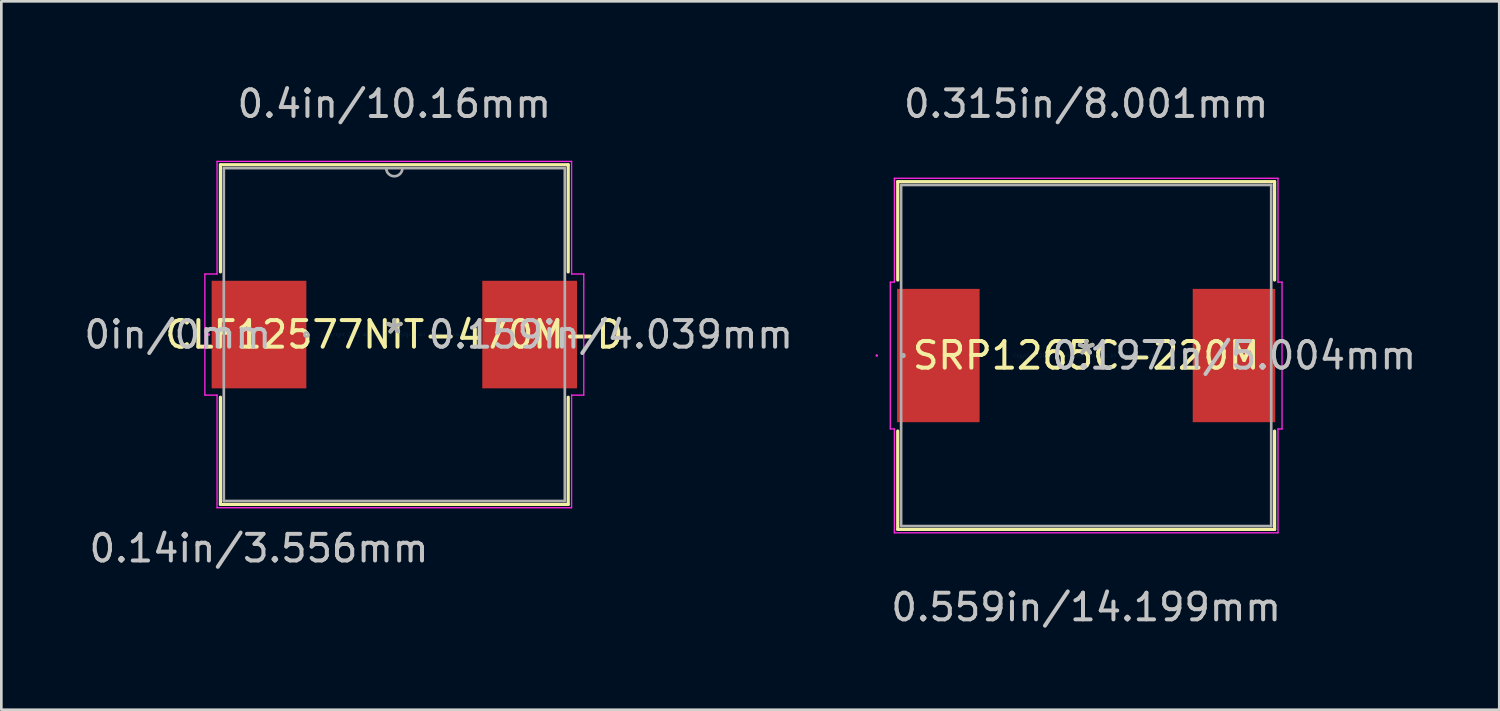
<source format=kicad_pcb>
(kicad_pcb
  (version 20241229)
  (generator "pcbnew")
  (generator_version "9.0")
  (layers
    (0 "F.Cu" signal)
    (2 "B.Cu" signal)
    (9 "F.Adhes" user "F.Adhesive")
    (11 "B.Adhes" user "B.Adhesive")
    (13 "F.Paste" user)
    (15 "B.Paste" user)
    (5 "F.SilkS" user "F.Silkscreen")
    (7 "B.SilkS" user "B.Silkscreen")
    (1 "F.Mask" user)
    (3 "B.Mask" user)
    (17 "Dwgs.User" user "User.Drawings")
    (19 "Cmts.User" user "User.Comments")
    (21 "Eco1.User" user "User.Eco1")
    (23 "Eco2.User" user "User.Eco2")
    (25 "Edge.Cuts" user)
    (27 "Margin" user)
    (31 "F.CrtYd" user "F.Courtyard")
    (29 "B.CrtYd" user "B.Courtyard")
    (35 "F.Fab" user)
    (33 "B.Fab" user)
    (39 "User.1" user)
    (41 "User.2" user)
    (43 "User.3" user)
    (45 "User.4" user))
  (footprint "CLF12577NIT-470M-D"
    (layer "F.Cu")
    (at 11.753 9.51)
    (property "Reference" "CLF12577NIT-470M-D" (at 0 0 0) (layer "F.SilkS") (effects (font (size 1 1) (thickness 0.15))))
    (attr through_hole)
    (fp_line (start -6.528 -6.375) (end -6.528 -2.352) (stroke (width 0.12) (type solid)) (layer "F.SilkS"))
    (fp_line (start -6.528 2.352) (end -6.528 6.375) (stroke (width 0.12) (type solid)) (layer "F.SilkS"))
    (fp_line (start -6.528 6.375) (end 6.528 6.375) (stroke (width 0.12) (type solid)) (layer "F.SilkS"))
    (fp_line (start 6.528 -6.375) (end -6.528 -6.375) (stroke (width 0.12) (type solid)) (layer "F.SilkS"))
    (fp_line (start 6.528 -2.352) (end 6.528 -6.375) (stroke (width 0.12) (type solid)) (layer "F.SilkS"))
    (fp_line (start 6.528 6.375) (end 6.528 2.352) (stroke (width 0.12) (type solid)) (layer "F.SilkS"))
    (fp_line (start -7.112 -2.273) (end -6.655 -2.273) (stroke (width 0.05) (type solid)) (layer "F.CrtYd"))
    (fp_line (start -7.112 2.273) (end -7.112 -2.273) (stroke (width 0.05) (type solid)) (layer "F.CrtYd"))
    (fp_line (start -6.655 -6.502) (end 6.655 -6.502) (stroke (width 0.05) (type solid)) (layer "F.CrtYd"))
    (fp_line (start -6.655 -2.273) (end -6.655 -6.502) (stroke (width 0.05) (type solid)) (layer "F.CrtYd"))
    (fp_line (start -6.655 2.273) (end -7.112 2.273) (stroke (width 0.05) (type solid)) (layer "F.CrtYd"))
    (fp_line (start -6.655 6.502) (end -6.655 2.273) (stroke (width 0.05) (type solid)) (layer "F.CrtYd"))
    (fp_line (start 6.655 -6.502) (end 6.655 -2.273) (stroke (width 0.05) (type solid)) (layer "F.CrtYd"))
    (fp_line (start 6.655 -2.273) (end 7.112 -2.273) (stroke (width 0.05) (type solid)) (layer "F.CrtYd"))
    (fp_line (start 6.655 2.273) (end 6.655 6.502) (stroke (width 0.05) (type solid)) (layer "F.CrtYd"))
    (fp_line (start 6.655 6.502) (end -6.655 6.502) (stroke (width 0.05) (type solid)) (layer "F.CrtYd"))
    (fp_line (start 7.112 -2.273) (end 7.112 2.273) (stroke (width 0.05) (type solid)) (layer "F.CrtYd"))
    (fp_line (start 7.112 2.273) (end 6.655 2.273) (stroke (width 0.05) (type solid)) (layer "F.CrtYd"))
    (fp_circle (center -6.96 0) (end -6.96 0) (stroke (width 0.05) (type solid)) (fill no) (layer "F.CrtYd"))
    (fp_line (start -6.401 -6.248) (end -6.401 6.248) (stroke (width 0.1) (type solid)) (layer "F.Fab"))
    (fp_line (start -6.401 6.248) (end 6.401 6.248) (stroke (width 0.1) (type solid)) (layer "F.Fab"))
    (fp_line (start 6.401 -6.248) (end -6.401 -6.248) (stroke (width 0.1) (type solid)) (layer "F.Fab"))
    (fp_line (start 6.401 6.248) (end 6.401 -6.248) (stroke (width 0.1) (type solid)) (layer "F.Fab"))
    (fp_arc (start 0.3048 -6.2484) (mid 0 -5.9436) (end -0.3048 -6.2484) (stroke (width 0.1) (type solid)) (layer "F.Fab"))
    (fp_circle (center -3.302 0) (end -3.226 0) (stroke (width 0.1) (type solid)) (fill no) (layer "F.Fab"))
    (fp_text user "*" (at 0 0 0) (layer "F.SilkS") (effects (font (size 1 1) (thickness 0.15))))
    (fp_text user "0.14in/3.556mm" (at -5.08 8.026 0) (layer "Dwgs.User") (effects (font (size 1 1) (thickness 0.15))))
    (fp_text user "0.159in/4.039mm" (at 8.128 0 0) (layer "Dwgs.User") (effects (font (size 1 1) (thickness 0.15))))
    (fp_text user "0in/0mm" (at -8.128 0 0) (layer "Dwgs.User") (effects (font (size 1 1) (thickness 0.15))))
    (fp_text user "0.4in/10.16mm" (at 0 -8.661 0) (layer "Dwgs.User") (effects (font (size 1 1) (thickness 0.15))))
    (fp_text user "Copyright 2021 Accelerated Designs. All rights reserved." (at 0 0 0) (layer "Cmts.User") (effects (font (size 0.127 0.127) (thickness 0.002))))
    (fp_text user "*" (at 0 0 0) (layer "F.Fab") (effects (font (size 1 1) (thickness 0.15))))
    (pad "1" smd rect (at -5.08 0) (size 3.556 4.039) (layers "F.Cu" "F.Mask" "F.Paste"))
    (pad "2" smd rect (at 5.08 0) (size 3.556 4.039) (layers "F.Cu" "F.Mask" "F.Paste")))
  (footprint "SRP1265C-220M"
    (layer "F.Cu")
    (at 37.726 10.297)
    (property "Reference" "SRP1265C-220M" (at 0 0 0) (layer "F.SilkS") (effects (font (size 1 1) (thickness 0.15))))
    (attr through_hole)
    (fp_line (start -7.074 -6.528) (end -7.074 -2.835) (stroke (width 0.12) (type solid)) (layer "F.SilkS"))
    (fp_line (start -7.074 2.835) (end -7.074 6.528) (stroke (width 0.12) (type solid)) (layer "F.SilkS"))
    (fp_line (start -7.074 6.528) (end 7.074 6.528) (stroke (width 0.12) (type solid)) (layer "F.SilkS"))
    (fp_line (start 7.074 -6.528) (end -7.074 -6.528) (stroke (width 0.12) (type solid)) (layer "F.SilkS"))
    (fp_line (start 7.074 -2.835) (end 7.074 -6.528) (stroke (width 0.12) (type solid)) (layer "F.SilkS"))
    (fp_line (start 7.074 6.528) (end 7.074 2.835) (stroke (width 0.12) (type solid)) (layer "F.SilkS"))
    (fp_line (start -7.353 -2.756) (end -7.201 -2.756) (stroke (width 0.05) (type solid)) (layer "F.CrtYd"))
    (fp_line (start -7.353 2.756) (end -7.353 -2.756) (stroke (width 0.05) (type solid)) (layer "F.CrtYd"))
    (fp_line (start -7.201 -6.655) (end 7.201 -6.655) (stroke (width 0.05) (type solid)) (layer "F.CrtYd"))
    (fp_line (start -7.201 -2.756) (end -7.201 -6.655) (stroke (width 0.05) (type solid)) (layer "F.CrtYd"))
    (fp_line (start -7.201 2.756) (end -7.353 2.756) (stroke (width 0.05) (type solid)) (layer "F.CrtYd"))
    (fp_line (start -7.201 6.655) (end -7.201 2.756) (stroke (width 0.05) (type solid)) (layer "F.CrtYd"))
    (fp_line (start 7.201 -6.655) (end 7.201 -2.756) (stroke (width 0.05) (type solid)) (layer "F.CrtYd"))
    (fp_line (start 7.201 -2.756) (end 7.353 -2.756) (stroke (width 0.05) (type solid)) (layer "F.CrtYd"))
    (fp_line (start 7.201 2.756) (end 7.201 6.655) (stroke (width 0.05) (type solid)) (layer "F.CrtYd"))
    (fp_line (start 7.201 6.655) (end -7.201 6.655) (stroke (width 0.05) (type solid)) (layer "F.CrtYd"))
    (fp_line (start 7.353 -2.756) (end 7.353 2.756) (stroke (width 0.05) (type solid)) (layer "F.CrtYd"))
    (fp_line (start 7.353 2.756) (end 7.201 2.756) (stroke (width 0.05) (type solid)) (layer "F.CrtYd"))
    (fp_circle (center -7.861 0) (end -7.861 0) (stroke (width 0.05) (type solid)) (fill no) (layer "F.CrtYd"))
    (fp_line (start -6.947 -6.401) (end -6.947 6.401) (stroke (width 0.1) (type solid)) (layer "F.Fab"))
    (fp_line (start -6.947 6.401) (end 6.947 6.401) (stroke (width 0.1) (type solid)) (layer "F.Fab"))
    (fp_line (start 6.947 -6.401) (end -6.947 -6.401) (stroke (width 0.1) (type solid)) (layer "F.Fab"))
    (fp_line (start 6.947 6.401) (end 6.947 -6.401) (stroke (width 0.1) (type solid)) (layer "F.Fab"))
    (fp_circle (center -6.871 0) (end -6.871 0) (stroke (width 0.1) (type solid)) (fill no) (layer "F.Fab"))
    (fp_text user "*" (at 0 0 0) (layer "F.SilkS") (effects (font (size 1 1) (thickness 0.15))))
    (fp_text user "0.559in/14.199mm" (at 0 9.449 0) (layer "Dwgs.User") (effects (font (size 1 1) (thickness 0.15))))
    (fp_text user "0.197in/5.004mm" (at 5.55 0 0) (layer "Dwgs.User") (effects (font (size 1 1) (thickness 0.15))))
    (fp_text user "0.315in/8.001mm" (at 0 -9.449 0) (layer "Dwgs.User") (effects (font (size 1 1) (thickness 0.15))))
    (fp_text user "Copyright 2021 Accelerated Designs. All rights reserved." (at 0 0 0) (layer "Cmts.User") (effects (font (size 0.127 0.127) (thickness 0.002))))
    (fp_text user "*" (at 0 0 0) (layer "F.Fab") (effects (font (size 1 1) (thickness 0.15))))
    (pad "1" smd rect (at -5.55 0) (size 3.099 5.004) (layers "F.Cu" "F.Mask" "F.Paste"))
    (pad "2" smd rect (at 5.55 0) (size 3.099 5.004) (layers "F.Cu" "F.Mask" "F.Paste")))
  (gr_rect
    (start -3 -3)
    (end 53.234 23.594)
    (stroke (width 0.1) (type default))
    (fill no)
    (layer "Edge.Cuts")))
</source>
